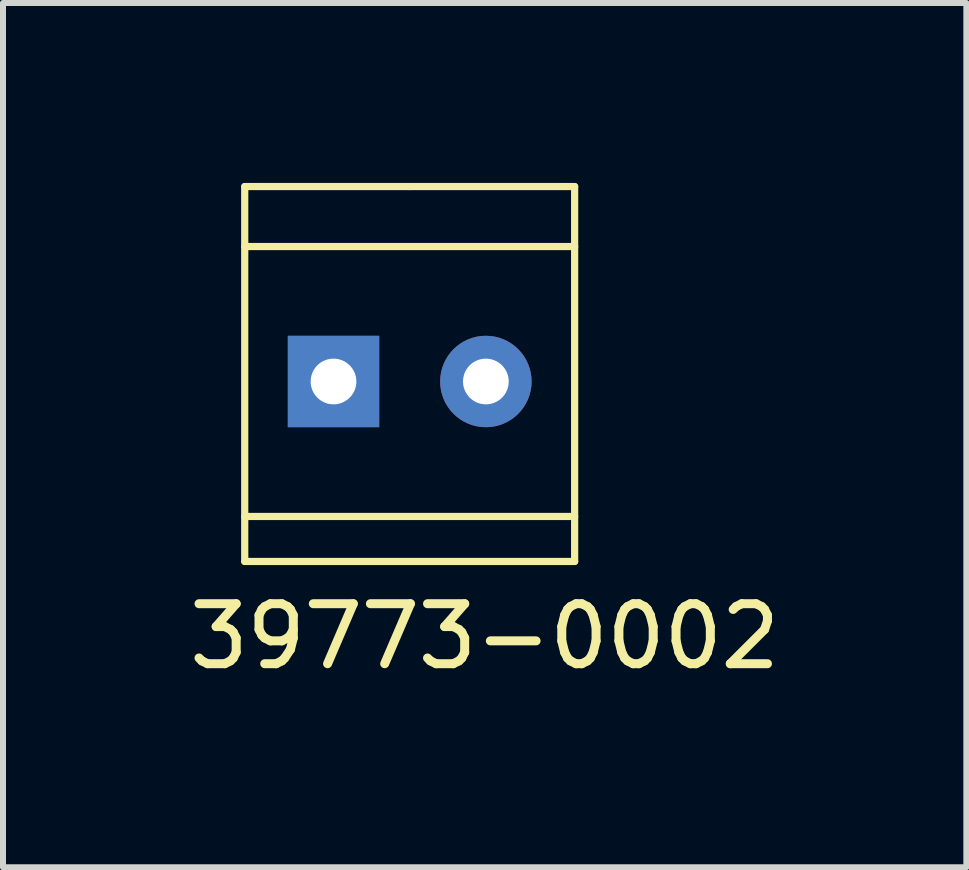
<source format=kicad_pcb>
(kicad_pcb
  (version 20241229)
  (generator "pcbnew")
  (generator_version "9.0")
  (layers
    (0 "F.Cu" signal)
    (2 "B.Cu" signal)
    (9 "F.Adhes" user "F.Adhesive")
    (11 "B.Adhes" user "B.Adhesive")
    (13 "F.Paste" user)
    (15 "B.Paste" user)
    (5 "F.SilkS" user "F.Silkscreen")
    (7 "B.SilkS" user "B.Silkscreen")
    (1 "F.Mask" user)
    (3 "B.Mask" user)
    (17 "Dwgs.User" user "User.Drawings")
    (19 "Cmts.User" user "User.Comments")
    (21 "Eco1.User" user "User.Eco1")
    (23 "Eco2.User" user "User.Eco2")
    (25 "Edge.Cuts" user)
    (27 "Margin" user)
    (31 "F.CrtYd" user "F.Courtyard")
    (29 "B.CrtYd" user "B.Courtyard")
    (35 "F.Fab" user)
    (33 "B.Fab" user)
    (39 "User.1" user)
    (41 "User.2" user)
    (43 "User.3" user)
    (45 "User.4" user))
  (footprint "39773-0002"
    (layer "F.Cu")
    (at 3.78 3.31)
    (property "Reference" "39773-0002" (at 1.25 4.25 0) (layer "F.SilkS") (effects (font (size 1 1) (thickness 0.15))))
    (attr through_hole)
    (fp_line (start -2.75 -3.25) (end 0 -3.25) (stroke (width 0.12) (type solid)) (layer "F.SilkS"))
    (fp_line (start -2.75 -2.25) (end 2.75 -2.25) (stroke (width 0.12) (type solid)) (layer "F.SilkS"))
    (fp_line (start -2.75 2.25) (end 2.75 2.25) (stroke (width 0.12) (type solid)) (layer "F.SilkS"))
    (fp_line (start -2.75 3) (end -2.75 -3.25) (stroke (width 0.12) (type solid)) (layer "F.SilkS"))
    (fp_line (start 0 -3.25) (end 2.75 -3.25) (stroke (width 0.12) (type solid)) (layer "F.SilkS"))
    (fp_line (start 2.75 -3.25) (end 2.75 3) (stroke (width 0.12) (type solid)) (layer "F.SilkS"))
    (fp_line (start 2.75 3) (end -2.75 3) (stroke (width 0.12) (type solid)) (layer "F.SilkS"))
    (pad "1" thru_hole rect (at -1.27 0) (size 1.524 1.524) (drill 0.762) (layers "*.Cu" "*.Mask"))
    (pad "2" thru_hole circle (at 1.27 0) (size 1.524 1.524) (drill 0.762) (layers "*.Cu" "*.Mask")))
  (gr_rect
    (start -3 -3)
    (end 13.06 11.408)
    (stroke (width 0.1) (type default))
    (fill no)
    (layer "Edge.Cuts")))
</source>
